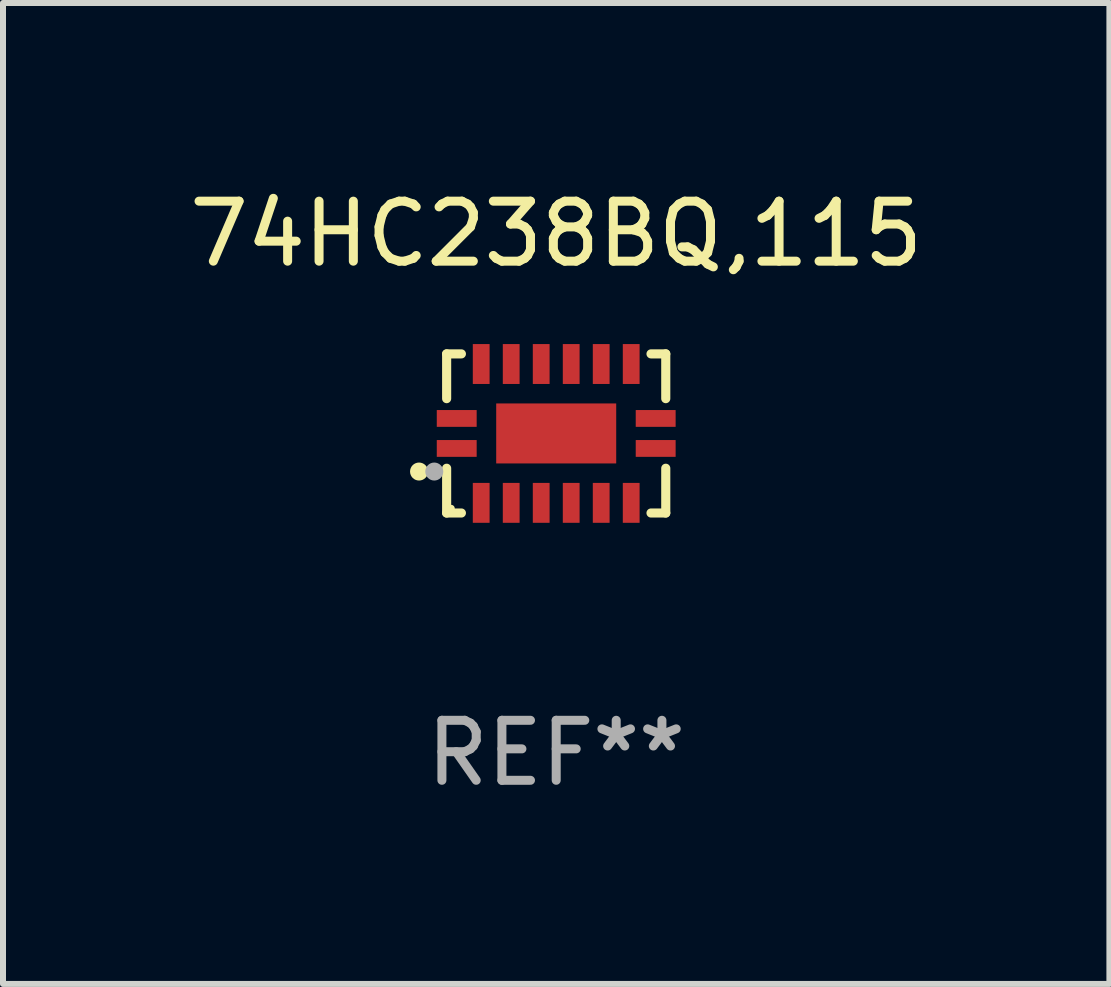
<source format=kicad_pcb>
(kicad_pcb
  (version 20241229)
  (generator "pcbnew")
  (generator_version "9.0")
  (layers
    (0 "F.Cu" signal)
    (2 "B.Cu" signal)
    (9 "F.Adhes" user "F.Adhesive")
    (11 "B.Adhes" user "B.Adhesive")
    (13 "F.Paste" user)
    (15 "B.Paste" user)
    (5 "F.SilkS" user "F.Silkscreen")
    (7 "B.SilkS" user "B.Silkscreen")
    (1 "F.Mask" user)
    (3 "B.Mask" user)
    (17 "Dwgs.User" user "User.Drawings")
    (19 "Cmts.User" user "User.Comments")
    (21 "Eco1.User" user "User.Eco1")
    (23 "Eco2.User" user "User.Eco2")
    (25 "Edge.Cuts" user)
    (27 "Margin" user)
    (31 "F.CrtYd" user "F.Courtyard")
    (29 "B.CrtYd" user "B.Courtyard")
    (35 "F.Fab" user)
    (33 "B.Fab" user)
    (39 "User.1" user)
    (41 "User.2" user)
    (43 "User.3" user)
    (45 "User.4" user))
  (footprint "74HC238BQ,115"
    (layer "F.Cu")
    (at 6.22 4.174)
    (property "Reference" "74HC238BQ,115" (at 0 -3.326 0) (layer "F.SilkS") (effects (font (size 1 1) (thickness 0.15))))
    (attr through_hole)
    (fp_line (start -1.826 -1.326) (end -1.58 -1.326) (stroke (width 0.152) (type solid)) (layer "F.SilkS"))
    (fp_line (start -1.826 -0.58) (end -1.826 -1.326) (stroke (width 0.152) (type solid)) (layer "F.SilkS"))
    (fp_line (start -1.826 0.58) (end -1.826 1.326) (stroke (width 0.152) (type solid)) (layer "F.SilkS"))
    (fp_line (start -1.826 1.326) (end -1.58 1.326) (stroke (width 0.152) (type solid)) (layer "F.SilkS"))
    (fp_line (start 1.826 -1.326) (end 1.58 -1.326) (stroke (width 0.152) (type solid)) (layer "F.SilkS"))
    (fp_line (start 1.826 -0.58) (end 1.826 -1.326) (stroke (width 0.152) (type solid)) (layer "F.SilkS"))
    (fp_line (start 1.826 0.58) (end 1.826 1.326) (stroke (width 0.152) (type solid)) (layer "F.SilkS"))
    (fp_line (start 1.826 1.326) (end 1.58 1.326) (stroke (width 0.152) (type solid)) (layer "F.SilkS"))
    (fp_circle (center -2.286 0.635) (end -2.211 0.635) (stroke (width 0.15) (type solid)) (fill no) (layer "F.SilkS"))
    (fp_circle (center -1.75 1.25) (end -1.72 1.25) (stroke (width 0.06) (type solid)) (fill no) (layer "F.SilkS"))
    (fp_circle (center -2.032 0.635) (end -1.957 0.635) (stroke (width 0.15) (type solid)) (fill no) (layer "F.Fab"))
    (fp_text user "REF**" (at 0 5.326 0) (layer "F.Fab") (effects (font (size 1 1) (thickness 0.15))))
    (pad "1" smd rect (at -1.658 0.25) (size 0.665 0.28) (layers "F.Cu" "F.Mask" "F.Paste"))
    (pad "2" smd rect (at -1.25 1.157) (size 0.28 0.665) (layers "F.Cu" "F.Mask" "F.Paste"))
    (pad "3" smd rect (at -0.75 1.157) (size 0.28 0.665) (layers "F.Cu" "F.Mask" "F.Paste"))
    (pad "4" smd rect (at -0.25 1.157) (size 0.28 0.665) (layers "F.Cu" "F.Mask" "F.Paste"))
    (pad "5" smd rect (at 0.25 1.157) (size 0.28 0.665) (layers "F.Cu" "F.Mask" "F.Paste"))
    (pad "6" smd rect (at 0.75 1.157) (size 0.28 0.665) (layers "F.Cu" "F.Mask" "F.Paste"))
    (pad "7" smd rect (at 1.25 1.157) (size 0.28 0.665) (layers "F.Cu" "F.Mask" "F.Paste"))
    (pad "8" smd rect (at 1.658 0.25) (size 0.665 0.28) (layers "F.Cu" "F.Mask" "F.Paste"))
    (pad "9" smd rect (at 1.658 -0.25) (size 0.665 0.28) (layers "F.Cu" "F.Mask" "F.Paste"))
    (pad "10" smd rect (at 1.25 -1.157) (size 0.28 0.665) (layers "F.Cu" "F.Mask" "F.Paste"))
    (pad "11" smd rect (at 0.75 -1.157) (size 0.28 0.665) (layers "F.Cu" "F.Mask" "F.Paste"))
    (pad "12" smd rect (at 0.25 -1.157) (size 0.28 0.665) (layers "F.Cu" "F.Mask" "F.Paste"))
    (pad "13" smd rect (at -0.25 -1.157) (size 0.28 0.665) (layers "F.Cu" "F.Mask" "F.Paste"))
    (pad "14" smd rect (at -0.75 -1.157) (size 0.28 0.665) (layers "F.Cu" "F.Mask" "F.Paste"))
    (pad "15" smd rect (at -1.25 -1.157) (size 0.28 0.665) (layers "F.Cu" "F.Mask" "F.Paste"))
    (pad "16" smd rect (at -1.658 -0.25) (size 0.665 0.28) (layers "F.Cu" "F.Mask" "F.Paste"))
    (pad "17" smd rect (at 0 0) (size 2 1) (layers "F.Cu" "F.Mask" "F.Paste")))
  (gr_rect
    (start -3 -3)
    (end 15.44 13.349)
    (stroke (width 0.1) (type default))
    (fill no)
    (layer "Edge.Cuts")))
</source>
